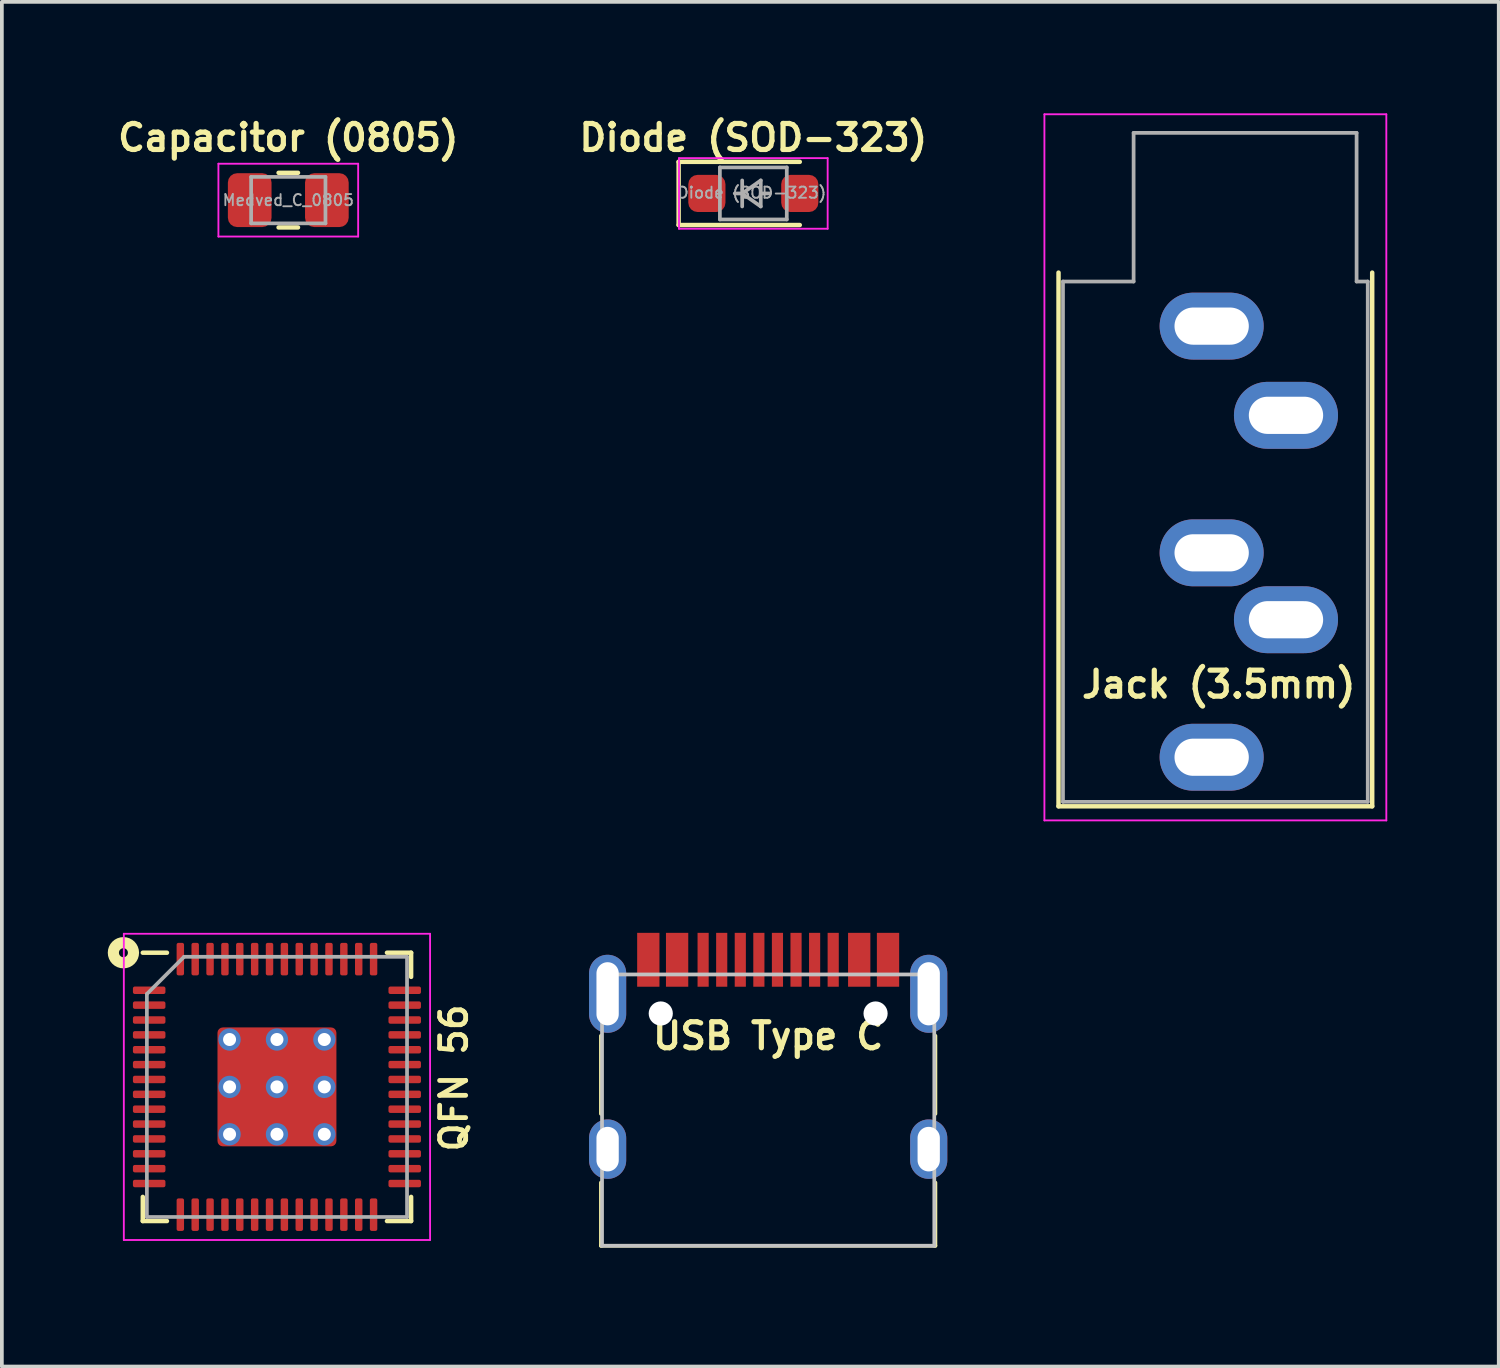
<source format=kicad_pcb>
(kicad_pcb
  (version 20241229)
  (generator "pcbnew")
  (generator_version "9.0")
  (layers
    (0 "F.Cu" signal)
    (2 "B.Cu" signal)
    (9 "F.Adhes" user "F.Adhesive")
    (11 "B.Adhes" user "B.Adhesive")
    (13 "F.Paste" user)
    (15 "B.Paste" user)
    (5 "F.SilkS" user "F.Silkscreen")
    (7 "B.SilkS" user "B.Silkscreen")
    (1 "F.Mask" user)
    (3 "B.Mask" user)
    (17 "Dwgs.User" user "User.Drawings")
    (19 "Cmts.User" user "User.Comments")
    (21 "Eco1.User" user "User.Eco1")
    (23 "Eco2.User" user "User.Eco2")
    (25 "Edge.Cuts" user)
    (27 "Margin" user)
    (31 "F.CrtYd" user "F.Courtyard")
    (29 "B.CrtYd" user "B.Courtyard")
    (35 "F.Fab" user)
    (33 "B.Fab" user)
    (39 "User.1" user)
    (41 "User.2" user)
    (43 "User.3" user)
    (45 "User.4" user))
  (footprint "QFN 56"
    (layer "F.Cu")
    (at 4.402 26.195)
    (property "Reference" "QFN 56" (at 4.76 -0.24 90) (layer "F.SilkS") (effects (font (size 0.7 0.7) (thickness 0.13) (bold yes))))
    (attr through_hole)
    (fp_line (start -3.61 3.61) (end -3.61 2.96) (stroke (width 0.12) (type solid)) (layer "F.SilkS"))
    (fp_line (start -2.96 -3.61) (end -3.61 -3.61) (stroke (width 0.12) (type solid)) (layer "F.SilkS"))
    (fp_line (start -2.96 3.61) (end -3.61 3.61) (stroke (width 0.12) (type solid)) (layer "F.SilkS"))
    (fp_line (start 2.96 -3.61) (end 3.61 -3.61) (stroke (width 0.12) (type solid)) (layer "F.SilkS"))
    (fp_line (start 2.96 3.61) (end 3.61 3.61) (stroke (width 0.12) (type solid)) (layer "F.SilkS"))
    (fp_line (start 3.61 -3.61) (end 3.61 -2.96) (stroke (width 0.12) (type solid)) (layer "F.SilkS"))
    (fp_line (start 3.61 3.61) (end 3.61 2.96) (stroke (width 0.12) (type solid)) (layer "F.SilkS"))
    (fp_circle (center -4.131 -3.61) (end -4.252 -3.61) (stroke (width 0.3) (type default)) (fill no) (layer "F.SilkS"))
    (fp_line (start -4.12 -4.12) (end -4.12 4.12) (stroke (width 0.05) (type solid)) (layer "F.CrtYd"))
    (fp_line (start -4.12 4.12) (end 4.12 4.12) (stroke (width 0.05) (type solid)) (layer "F.CrtYd"))
    (fp_line (start 4.12 -4.12) (end -4.12 -4.12) (stroke (width 0.05) (type solid)) (layer "F.CrtYd"))
    (fp_line (start 4.12 4.12) (end 4.12 -4.12) (stroke (width 0.05) (type solid)) (layer "F.CrtYd"))
    (fp_line (start -3.5 -2.5) (end -2.5 -3.5) (stroke (width 0.1) (type solid)) (layer "F.Fab"))
    (fp_line (start -3.5 3.5) (end -3.5 -2.5) (stroke (width 0.1) (type solid)) (layer "F.Fab"))
    (fp_line (start -2.5 -3.5) (end 3.5 -3.5) (stroke (width 0.1) (type solid)) (layer "F.Fab"))
    (fp_line (start 3.5 -3.5) (end 3.5 3.5) (stroke (width 0.1) (type solid)) (layer "F.Fab"))
    (fp_line (start 3.5 3.5) (end -3.5 3.5) (stroke (width 0.1) (type solid)) (layer "F.Fab"))
    (pad "" smd roundrect (at -0.637 -0.637) (size 1.084 1.084) (layers "F.Paste") (roundrect_rratio 0.231))
    (pad "" smd roundrect (at -0.637 0.637) (size 1.084 1.084) (layers "F.Paste") (roundrect_rratio 0.231))
    (pad "" smd roundrect (at 0.637 -0.637) (size 1.084 1.084) (layers "F.Paste") (roundrect_rratio 0.231))
    (pad "" smd roundrect (at 0.637 0.637) (size 1.084 1.084) (layers "F.Paste") (roundrect_rratio 0.231))
    (pad "1" smd roundrect (at -3.438 -2.6) (size 0.875 0.2) (layers "F.Cu" "F.Mask" "F.Paste") (roundrect_rratio 0.25))
    (pad "2" smd roundrect (at -3.438 -2.2) (size 0.875 0.2) (layers "F.Cu" "F.Mask" "F.Paste") (roundrect_rratio 0.25))
    (pad "3" smd roundrect (at -3.438 -1.8) (size 0.875 0.2) (layers "F.Cu" "F.Mask" "F.Paste") (roundrect_rratio 0.25))
    (pad "4" smd roundrect (at -3.438 -1.4) (size 0.875 0.2) (layers "F.Cu" "F.Mask" "F.Paste") (roundrect_rratio 0.25))
    (pad "5" smd roundrect (at -3.438 -1) (size 0.875 0.2) (layers "F.Cu" "F.Mask" "F.Paste") (roundrect_rratio 0.25))
    (pad "6" smd roundrect (at -3.438 -0.6) (size 0.875 0.2) (layers "F.Cu" "F.Mask" "F.Paste") (roundrect_rratio 0.25))
    (pad "7" smd roundrect (at -3.438 -0.2) (size 0.875 0.2) (layers "F.Cu" "F.Mask" "F.Paste") (roundrect_rratio 0.25))
    (pad "8" smd roundrect (at -3.438 0.2) (size 0.875 0.2) (layers "F.Cu" "F.Mask" "F.Paste") (roundrect_rratio 0.25))
    (pad "9" smd roundrect (at -3.438 0.6) (size 0.875 0.2) (layers "F.Cu" "F.Mask" "F.Paste") (roundrect_rratio 0.25))
    (pad "10" smd roundrect (at -3.438 1) (size 0.875 0.2) (layers "F.Cu" "F.Mask" "F.Paste") (roundrect_rratio 0.25))
    (pad "11" smd roundrect (at -3.438 1.4) (size 0.875 0.2) (layers "F.Cu" "F.Mask" "F.Paste") (roundrect_rratio 0.25))
    (pad "12" smd roundrect (at -3.438 1.8) (size 0.875 0.2) (layers "F.Cu" "F.Mask" "F.Paste") (roundrect_rratio 0.25))
    (pad "13" smd roundrect (at -3.438 2.2) (size 0.875 0.2) (layers "F.Cu" "F.Mask" "F.Paste") (roundrect_rratio 0.25))
    (pad "14" smd roundrect (at -3.438 2.6) (size 0.875 0.2) (layers "F.Cu" "F.Mask" "F.Paste") (roundrect_rratio 0.25))
    (pad "15" smd roundrect (at -2.6 3.438) (size 0.2 0.875) (layers "F.Cu" "F.Mask" "F.Paste") (roundrect_rratio 0.25))
    (pad "16" smd roundrect (at -2.2 3.438) (size 0.2 0.875) (layers "F.Cu" "F.Mask" "F.Paste") (roundrect_rratio 0.25))
    (pad "17" smd roundrect (at -1.8 3.438) (size 0.2 0.875) (layers "F.Cu" "F.Mask" "F.Paste") (roundrect_rratio 0.25))
    (pad "18" smd roundrect (at -1.4 3.438) (size 0.2 0.875) (layers "F.Cu" "F.Mask" "F.Paste") (roundrect_rratio 0.25))
    (pad "19" smd roundrect (at -1 3.438) (size 0.2 0.875) (layers "F.Cu" "F.Mask" "F.Paste") (roundrect_rratio 0.25))
    (pad "20" smd roundrect (at -0.6 3.438) (size 0.2 0.875) (layers "F.Cu" "F.Mask" "F.Paste") (roundrect_rratio 0.25))
    (pad "21" smd roundrect (at -0.2 3.438) (size 0.2 0.875) (layers "F.Cu" "F.Mask" "F.Paste") (roundrect_rratio 0.25))
    (pad "22" smd roundrect (at 0.2 3.438) (size 0.2 0.875) (layers "F.Cu" "F.Mask" "F.Paste") (roundrect_rratio 0.25))
    (pad "23" smd roundrect (at 0.6 3.438) (size 0.2 0.875) (layers "F.Cu" "F.Mask" "F.Paste") (roundrect_rratio 0.25))
    (pad "24" smd roundrect (at 1 3.438) (size 0.2 0.875) (layers "F.Cu" "F.Mask" "F.Paste") (roundrect_rratio 0.25))
    (pad "25" smd roundrect (at 1.4 3.438) (size 0.2 0.875) (layers "F.Cu" "F.Mask" "F.Paste") (roundrect_rratio 0.25))
    (pad "26" smd roundrect (at 1.8 3.438) (size 0.2 0.875) (layers "F.Cu" "F.Mask" "F.Paste") (roundrect_rratio 0.25))
    (pad "27" smd roundrect (at 2.2 3.438) (size 0.2 0.875) (layers "F.Cu" "F.Mask" "F.Paste") (roundrect_rratio 0.25))
    (pad "28" smd roundrect (at 2.6 3.438) (size 0.2 0.875) (layers "F.Cu" "F.Mask" "F.Paste") (roundrect_rratio 0.25))
    (pad "29" smd roundrect (at 3.438 2.6) (size 0.875 0.2) (layers "F.Cu" "F.Mask" "F.Paste") (roundrect_rratio 0.25))
    (pad "30" smd roundrect (at 3.438 2.2) (size 0.875 0.2) (layers "F.Cu" "F.Mask" "F.Paste") (roundrect_rratio 0.25))
    (pad "31" smd roundrect (at 3.438 1.8) (size 0.875 0.2) (layers "F.Cu" "F.Mask" "F.Paste") (roundrect_rratio 0.25))
    (pad "32" smd roundrect (at 3.438 1.4) (size 0.875 0.2) (layers "F.Cu" "F.Mask" "F.Paste") (roundrect_rratio 0.25))
    (pad "33" smd roundrect (at 3.438 1) (size 0.875 0.2) (layers "F.Cu" "F.Mask" "F.Paste") (roundrect_rratio 0.25))
    (pad "34" smd roundrect (at 3.438 0.6) (size 0.875 0.2) (layers "F.Cu" "F.Mask" "F.Paste") (roundrect_rratio 0.25))
    (pad "35" smd roundrect (at 3.438 0.2) (size 0.875 0.2) (layers "F.Cu" "F.Mask" "F.Paste") (roundrect_rratio 0.25))
    (pad "36" smd roundrect (at 3.438 -0.2) (size 0.875 0.2) (layers "F.Cu" "F.Mask" "F.Paste") (roundrect_rratio 0.25))
    (pad "37" smd roundrect (at 3.438 -0.6) (size 0.875 0.2) (layers "F.Cu" "F.Mask" "F.Paste") (roundrect_rratio 0.25))
    (pad "38" smd roundrect (at 3.438 -1) (size 0.875 0.2) (layers "F.Cu" "F.Mask" "F.Paste") (roundrect_rratio 0.25))
    (pad "39" smd roundrect (at 3.438 -1.4) (size 0.875 0.2) (layers "F.Cu" "F.Mask" "F.Paste") (roundrect_rratio 0.25))
    (pad "40" smd roundrect (at 3.438 -1.8) (size 0.875 0.2) (layers "F.Cu" "F.Mask" "F.Paste") (roundrect_rratio 0.25))
    (pad "41" smd roundrect (at 3.438 -2.2) (size 0.875 0.2) (layers "F.Cu" "F.Mask" "F.Paste") (roundrect_rratio 0.25))
    (pad "42" smd roundrect (at 3.438 -2.6) (size 0.875 0.2) (layers "F.Cu" "F.Mask" "F.Paste") (roundrect_rratio 0.25))
    (pad "43" smd roundrect (at 2.6 -3.438) (size 0.2 0.875) (layers "F.Cu" "F.Mask" "F.Paste") (roundrect_rratio 0.25))
    (pad "44" smd roundrect (at 2.2 -3.438) (size 0.2 0.875) (layers "F.Cu" "F.Mask" "F.Paste") (roundrect_rratio 0.25))
    (pad "45" smd roundrect (at 1.8 -3.438) (size 0.2 0.875) (layers "F.Cu" "F.Mask" "F.Paste") (roundrect_rratio 0.25))
    (pad "46" smd roundrect (at 1.4 -3.438) (size 0.2 0.875) (layers "F.Cu" "F.Mask" "F.Paste") (roundrect_rratio 0.25))
    (pad "47" smd roundrect (at 1 -3.438) (size 0.2 0.875) (layers "F.Cu" "F.Mask" "F.Paste") (roundrect_rratio 0.25))
    (pad "48" smd roundrect (at 0.6 -3.438) (size 0.2 0.875) (layers "F.Cu" "F.Mask" "F.Paste") (roundrect_rratio 0.25))
    (pad "49" smd roundrect (at 0.2 -3.438) (size 0.2 0.875) (layers "F.Cu" "F.Mask" "F.Paste") (roundrect_rratio 0.25))
    (pad "50" smd roundrect (at -0.2 -3.438) (size 0.2 0.875) (layers "F.Cu" "F.Mask" "F.Paste") (roundrect_rratio 0.25))
    (pad "51" smd roundrect (at -0.6 -3.438) (size 0.2 0.875) (layers "F.Cu" "F.Mask" "F.Paste") (roundrect_rratio 0.25))
    (pad "52" smd roundrect (at -1 -3.438) (size 0.2 0.875) (layers "F.Cu" "F.Mask" "F.Paste") (roundrect_rratio 0.25))
    (pad "53" smd roundrect (at -1.4 -3.438) (size 0.2 0.875) (layers "F.Cu" "F.Mask" "F.Paste") (roundrect_rratio 0.25))
    (pad "54" smd roundrect (at -1.8 -3.438) (size 0.2 0.875) (layers "F.Cu" "F.Mask" "F.Paste") (roundrect_rratio 0.25))
    (pad "55" smd roundrect (at -2.2 -3.438) (size 0.2 0.875) (layers "F.Cu" "F.Mask" "F.Paste") (roundrect_rratio 0.25))
    (pad "56" smd roundrect (at -2.6 -3.438) (size 0.2 0.875) (layers "F.Cu" "F.Mask" "F.Paste") (roundrect_rratio 0.25))
    (pad "57" thru_hole circle (at -1.275 -1.275) (size 0.6 0.6) (drill 0.35) (layers "*.Cu"))
    (pad "57" thru_hole circle (at -1.275 0) (size 0.6 0.6) (drill 0.35) (layers "*.Cu"))
    (pad "57" thru_hole circle (at -1.275 1.275) (size 0.6 0.6) (drill 0.35) (layers "*.Cu"))
    (pad "57" thru_hole circle (at 0 -1.275) (size 0.6 0.6) (drill 0.35) (layers "*.Cu"))
    (pad "57" thru_hole circle (at 0 0) (size 0.6 0.6) (drill 0.35) (layers "*.Cu"))
    (pad "57" smd roundrect (at 0 0) (size 3.2 3.2) (layers "F.Cu" "F.Mask") (roundrect_rratio 0.045))
    (pad "57" thru_hole circle (at 0 1.275) (size 0.6 0.6) (drill 0.35) (layers "*.Cu"))
    (pad "57" thru_hole circle (at 1.275 -1.275) (size 0.6 0.6) (drill 0.35) (layers "*.Cu"))
    (pad "57" thru_hole circle (at 1.275 0) (size 0.6 0.6) (drill 0.35) (layers "*.Cu"))
    (pad "57" thru_hole circle (at 1.275 1.275) (size 0.6 0.6) (drill 0.35) (layers "*.Cu")))
  (footprint "USB Type C"
    (layer "F.Cu")
    (at 17.619 30.47)
    (property "Reference" "USB Type C" (at 0 -5.645 180) (layer "F.SilkS") (effects (font (size 0.7 0.7) (thickness 0.14) (bold yes))))
    (attr through_hole)
    (fp_line (start -4.5 -3.55) (end -4.5 -5.65) (stroke (width 0.1) (type default)) (layer "F.SilkS"))
    (fp_line (start -4.5 0) (end -4.5 -1.7) (stroke (width 0.1) (type default)) (layer "F.SilkS"))
    (fp_line (start -4.5 0) (end 4.5 0) (stroke (width 0.1) (type default)) (layer "F.SilkS"))
    (fp_line (start 4.5 -3.55) (end 4.5 -5.65) (stroke (width 0.1) (type default)) (layer "F.SilkS"))
    (fp_line (start 4.5 0) (end 4.5 -1.7) (stroke (width 0.1) (type default)) (layer "F.SilkS"))
    (fp_line (start -4.47 -7.3) (end 4.47 -7.3) (stroke (width 0.1) (type solid)) (layer "Dwgs.User"))
    (fp_line (start -4.47 0) (end -4.47 -7.3) (stroke (width 0.1) (type solid)) (layer "Dwgs.User"))
    (fp_line (start -4.47 0) (end 4.47 0) (stroke (width 0.1) (type solid)) (layer "Dwgs.User"))
    (fp_line (start 4.47 0) (end 4.47 -7.3) (stroke (width 0.1) (type solid)) (layer "Dwgs.User"))
    (pad "" np_thru_hole circle (at -2.89 -6.25) (size 0.65 0.65) (drill 0.65) (layers "*.Cu" "*.Mask"))
    (pad "" np_thru_hole circle (at 2.89 -6.25) (size 0.65 0.65) (drill 0.65) (layers "*.Cu" "*.Mask"))
    (pad "1" smd rect (at -3.225 -7.695) (size 0.6 1.45) (layers "F.Cu" "F.Mask" "F.Paste"))
    (pad "2" smd rect (at -2.45 -7.695) (size 0.6 1.45) (layers "F.Cu" "F.Mask" "F.Paste"))
    (pad "3" smd rect (at -1.75 -7.695) (size 0.3 1.45) (layers "F.Cu" "F.Mask" "F.Paste"))
    (pad "4" smd rect (at -1.25 -7.695) (size 0.3 1.45) (layers "F.Cu" "F.Mask" "F.Paste"))
    (pad "5" smd rect (at -0.75 -7.695) (size 0.3 1.45) (layers "F.Cu" "F.Mask" "F.Paste"))
    (pad "6" smd rect (at -0.25 -7.695) (size 0.3 1.45) (layers "F.Cu" "F.Mask" "F.Paste"))
    (pad "7" smd rect (at 0.25 -7.695) (size 0.3 1.45) (layers "F.Cu" "F.Mask" "F.Paste"))
    (pad "8" smd rect (at 0.75 -7.695) (size 0.3 1.45) (layers "F.Cu" "F.Mask" "F.Paste"))
    (pad "9" smd rect (at 1.25 -7.695) (size 0.3 1.45) (layers "F.Cu" "F.Mask" "F.Paste"))
    (pad "10" smd rect (at 1.75 -7.695) (size 0.3 1.45) (layers "F.Cu" "F.Mask" "F.Paste"))
    (pad "11" smd rect (at 2.45 -7.695) (size 0.6 1.45) (layers "F.Cu" "F.Mask" "F.Paste"))
    (pad "12" smd rect (at 3.225 -7.695) (size 0.6 1.45) (layers "F.Cu" "F.Mask" "F.Paste"))
    (pad "13" thru_hole oval (at -4.32 -6.78) (size 1 2.1) (drill oval 0.6 1.7) (layers "*.Cu" "*.Mask"))
    (pad "13" thru_hole oval (at -4.32 -2.6) (size 1 1.6) (drill oval 0.6 1.2) (layers "*.Cu" "*.Mask"))
    (pad "13" thru_hole oval (at 4.32 -6.78) (size 1 2.1) (drill oval 0.6 1.7) (layers "*.Cu" "*.Mask"))
    (pad "13" thru_hole oval (at 4.32 -2.6) (size 1 1.6) (drill oval 0.6 1.2) (layers "*.Cu" "*.Mask")))
  (footprint "Jack (3.5mm)"
    (layer "F.Cu")
    (at 29.552 5.725)
    (property "Reference" "Jack (3.5mm)" (at 0.19 9.64 0) (layer "F.SilkS") (effects (font (size 0.7 0.7) (thickness 0.14) (bold yes))))
    (attr through_hole)
    (fp_line (start -4.12 12.92) (end -4.12 -1.44) (stroke (width 0.12) (type solid)) (layer "F.SilkS"))
    (fp_line (start 4.32 -1.44) (end 4.32 12.92) (stroke (width 0.12) (type solid)) (layer "F.SilkS"))
    (fp_line (start 4.32 12.92) (end -4.12 12.92) (stroke (width 0.12) (type solid)) (layer "F.SilkS"))
    (fp_line (start -4.5 -5.7) (end -4.5 13.3) (stroke (width 0.05) (type solid)) (layer "F.CrtYd"))
    (fp_line (start -4.5 13.3) (end 4.7 13.3) (stroke (width 0.05) (type solid)) (layer "F.CrtYd"))
    (fp_line (start 4.7 -5.7) (end -4.5 -5.7) (stroke (width 0.05) (type solid)) (layer "F.CrtYd"))
    (fp_line (start 4.7 13.3) (end 4.7 -5.7) (stroke (width 0.05) (type solid)) (layer "F.CrtYd"))
    (fp_line (start -4 -1.2) (end -2.1 -1.2) (stroke (width 0.1) (type solid)) (layer "F.Fab"))
    (fp_line (start -4 12.8) (end -4 -1.2) (stroke (width 0.1) (type solid)) (layer "F.Fab"))
    (fp_line (start -2.1 -5.2) (end 3.9 -5.2) (stroke (width 0.1) (type solid)) (layer "F.Fab"))
    (fp_line (start -2.1 -1.2) (end -2.1 -5.2) (stroke (width 0.1) (type solid)) (layer "F.Fab"))
    (fp_line (start 3.9 -5.2) (end 3.9 -1.2) (stroke (width 0.1) (type solid)) (layer "F.Fab"))
    (fp_line (start 3.9 -1.2) (end 4.2 -1.2) (stroke (width 0.1) (type solid)) (layer "F.Fab"))
    (fp_line (start 4.2 -1.2) (end 4.2 12.8) (stroke (width 0.1) (type solid)) (layer "F.Fab"))
    (fp_line (start 4.2 12.8) (end -4 12.8) (stroke (width 0.1) (type solid)) (layer "F.Fab"))
    (pad "R" thru_hole oval (at 2 7.9) (size 2.8 1.8) (drill oval 2 1) (layers "*.Cu" "*.Mask"))
    (pad "RN" thru_hole oval (at 0 6.1) (size 2.8 1.8) (drill oval 2 1) (layers "*.Cu" "*.Mask"))
    (pad "S" thru_hole oval (at 0 0) (size 2.8 1.8) (drill oval 2 1) (layers "*.Cu" "*.Mask"))
    (pad "T" thru_hole oval (at 2 2.4) (size 2.8 1.8) (drill oval 2 1) (layers "*.Cu" "*.Mask"))
    (pad "TN" thru_hole oval (at 0 11.6) (size 2.8 1.8) (drill oval 2 1) (layers "*.Cu" "*.Mask")))
  (footprint "Diode (SOD-323)"
    (layer "F.Cu")
    (at 17.22 2.155)
    (property "Reference" "Diode (SOD-323)" (at 0 -1.5 0) (layer "F.SilkS") (effects (font (size 0.7 0.7) (thickness 0.14) (bold yes))))
    (property "Value" "Diode (SOD-323)" (at 0.1 1.9 0) (layer "F.Fab") (hide yes) (effects (font (size 1 1) (thickness 0.15))))
    (attr smd)
    (fp_line (start -2.01 -0.85) (end -2.01 0.85) (stroke (width 0.12) (type solid)) (layer "F.SilkS"))
    (fp_line (start -2.01 -0.85) (end 1.25 -0.85) (stroke (width 0.12) (type solid)) (layer "F.SilkS"))
    (fp_line (start -2.01 0.85) (end 1.25 0.85) (stroke (width 0.12) (type solid)) (layer "F.SilkS"))
    (fp_line (start -2 -0.95) (end -2 0.95) (stroke (width 0.05) (type solid)) (layer "F.CrtYd"))
    (fp_line (start -2 -0.95) (end 2 -0.95) (stroke (width 0.05) (type solid)) (layer "F.CrtYd"))
    (fp_line (start -2 0.95) (end 2 0.95) (stroke (width 0.05) (type solid)) (layer "F.CrtYd"))
    (fp_line (start 2 -0.95) (end 2 0.95) (stroke (width 0.05) (type solid)) (layer "F.CrtYd"))
    (fp_line (start -0.9 -0.7) (end 0.9 -0.7) (stroke (width 0.1) (type solid)) (layer "F.Fab"))
    (fp_line (start -0.9 0.7) (end -0.9 -0.7) (stroke (width 0.1) (type solid)) (layer "F.Fab"))
    (fp_line (start -0.3 -0.35) (end -0.3 0.35) (stroke (width 0.1) (type solid)) (layer "F.Fab"))
    (fp_line (start -0.3 0) (end -0.5 0) (stroke (width 0.1) (type solid)) (layer "F.Fab"))
    (fp_line (start -0.3 0) (end 0.2 -0.35) (stroke (width 0.1) (type solid)) (layer "F.Fab"))
    (fp_line (start 0.2 -0.35) (end 0.2 0.35) (stroke (width 0.1) (type solid)) (layer "F.Fab"))
    (fp_line (start 0.2 0) (end 0.45 0) (stroke (width 0.1) (type solid)) (layer "F.Fab"))
    (fp_line (start 0.2 0.35) (end -0.3 0) (stroke (width 0.1) (type solid)) (layer "F.Fab"))
    (fp_line (start 0.9 -0.7) (end 0.9 0.7) (stroke (width 0.1) (type solid)) (layer "F.Fab"))
    (fp_line (start 0.9 0.7) (end -0.9 0.7) (stroke (width 0.1) (type solid)) (layer "F.Fab"))
    (fp_text user "${VALUE}" (at -0.04 -0.02 0) (layer "F.Fab") (effects (font (size 0.3 0.3) (thickness 0.05) (bold yes))))
    (pad "1" smd roundrect (at -1.25 0) (size 1 1) (layers "F.Cu" "F.Mask" "F.Paste") (roundrect_rratio 0.25))
    (pad "2" smd roundrect (at 1.25 0) (size 1 1) (layers "F.Cu" "F.Mask" "F.Paste") (roundrect_rratio 0.25)))
  (footprint "Capacitor (0805)"
    (layer "F.Cu")
    (at 4.707 2.335)
    (property "Reference" "Capacitor (0805)" (at 0 -1.68 0) (layer "F.SilkS") (effects (font (size 0.7 0.7) (thickness 0.14) (bold yes))))
    (property "Value" "Medved_C_0805" (at 0 1.68 0) (layer "F.Fab") (hide yes) (effects (font (size 1 1) (thickness 0.15))))
    (attr smd)
    (fp_line (start -0.261 -0.735) (end 0.261 -0.735) (stroke (width 0.12) (type solid)) (layer "F.SilkS"))
    (fp_line (start -0.261 0.735) (end 0.261 0.735) (stroke (width 0.12) (type solid)) (layer "F.SilkS"))
    (fp_line (start -1.88 -0.98) (end 1.88 -0.98) (stroke (width 0.05) (type solid)) (layer "F.CrtYd"))
    (fp_line (start -1.88 0.98) (end -1.88 -0.98) (stroke (width 0.05) (type solid)) (layer "F.CrtYd"))
    (fp_line (start 1.88 -0.98) (end 1.88 0.98) (stroke (width 0.05) (type solid)) (layer "F.CrtYd"))
    (fp_line (start 1.88 0.98) (end -1.88 0.98) (stroke (width 0.05) (type solid)) (layer "F.CrtYd"))
    (fp_line (start -1 -0.625) (end 1 -0.625) (stroke (width 0.1) (type solid)) (layer "F.Fab"))
    (fp_line (start -1 0.625) (end -1 -0.625) (stroke (width 0.1) (type solid)) (layer "F.Fab"))
    (fp_line (start 1 -0.625) (end 1 0.625) (stroke (width 0.1) (type solid)) (layer "F.Fab"))
    (fp_line (start 1 0.625) (end -1 0.625) (stroke (width 0.1) (type solid)) (layer "F.Fab"))
    (fp_text user "${VALUE}" (at 0 0 0) (layer "F.Fab") (effects (font (size 0.3 0.3) (thickness 0.05) (bold yes))))
    (pad "1" smd roundrect (at -1.038 0) (size 1.175 1.45) (layers "F.Cu" "F.Mask" "F.Paste") (roundrect_rratio 0.213))
    (pad "2" smd roundrect (at 1.038 0) (size 1.175 1.45) (layers "F.Cu" "F.Mask" "F.Paste") (roundrect_rratio 0.213)))
  (gr_rect
    (start -3 -3)
    (end 37.277 33.72)
    (stroke (width 0.1) (type default))
    (fill no)
    (layer "Edge.Cuts")))
</source>
